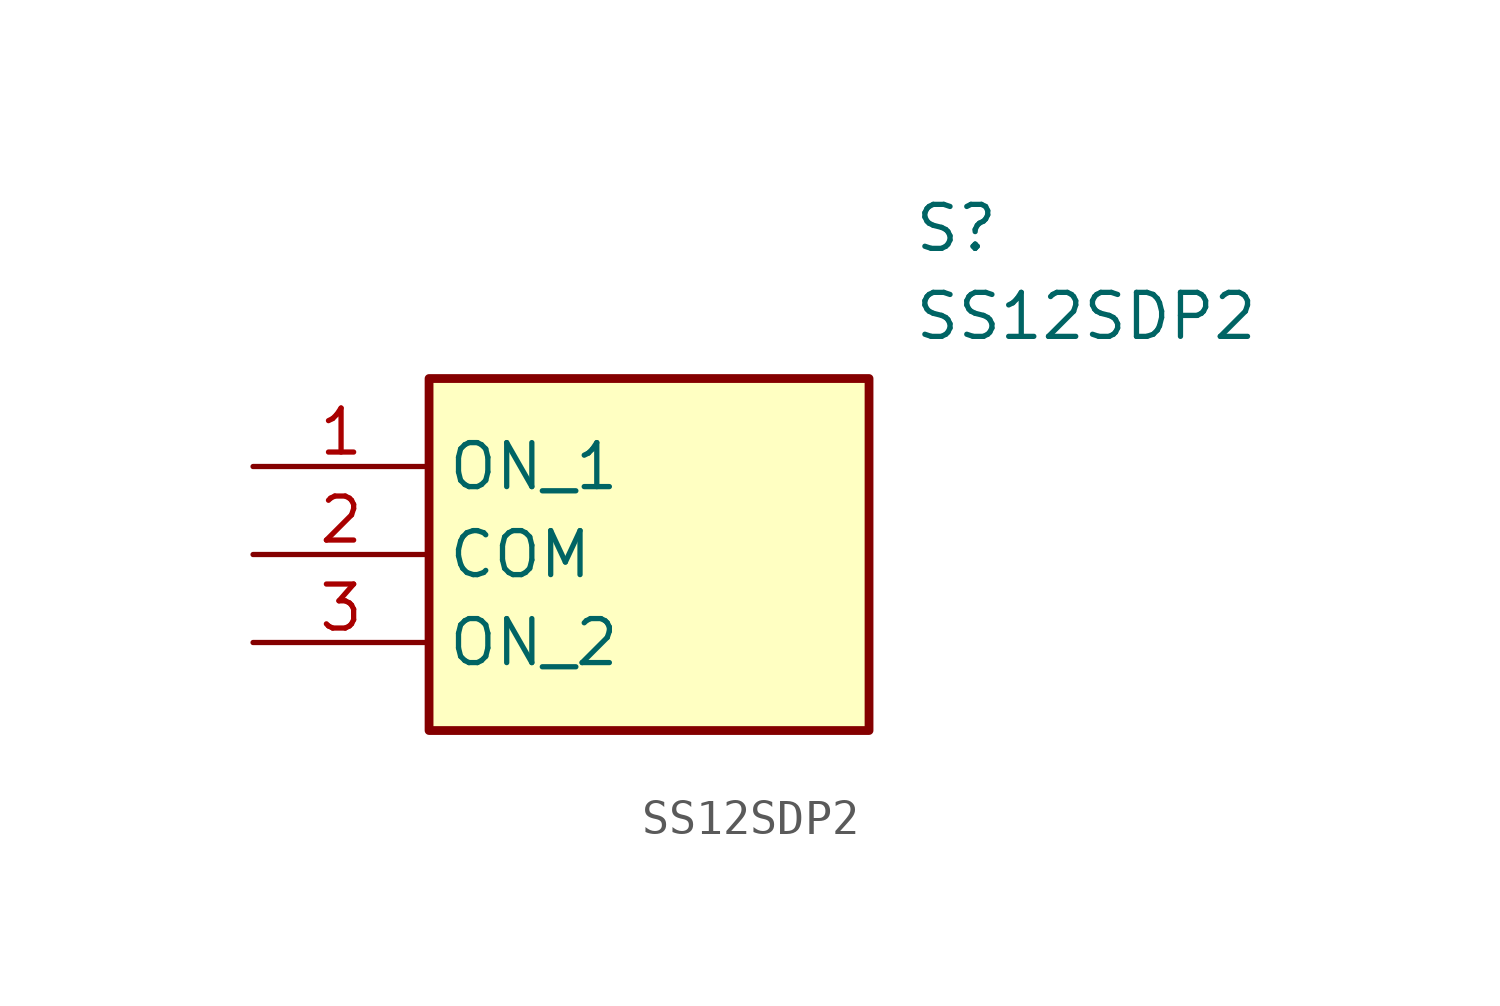
<source format=kicad_sym>
(kicad_symbol_lib
  (version 20220914)
  (generator kicad_symbol_editor)
  (symbol "SS12SDP2"
    (property "Reference" "S"
      (at 19.05 7.62 0)
      (effects (font (size 1.27 1.27)) (justify left top)))
    (property "Value" "SS12SDP2"
      (at 19.05 5.08 0)
      (effects (font (size 1.27 1.27)) (justify left top)))
    (symbol "SS12SDP2_1_1"
      (rectangle (start 5.08 2.54) (end 17.78 -7.62) (stroke (width 0.254) (type default)) (fill (type background)))
      (pin passive line (at 0 0 0) (length 5.08) (name "ON_1" (effects (font (size 1.27 1.27)))) (number "1" (effects (font (size 1.27 1.27)))))
      (pin passive line (at 0 -2.54 0) (length 5.08) (name "COM" (effects (font (size 1.27 1.27)))) (number "2" (effects (font (size 1.27 1.27)))))
      (pin passive line (at 0 -5.08 0) (length 5.08) (name "ON_2" (effects (font (size 1.27 1.27)))) (number "3" (effects (font (size 1.27 1.27))))))))
</source>
